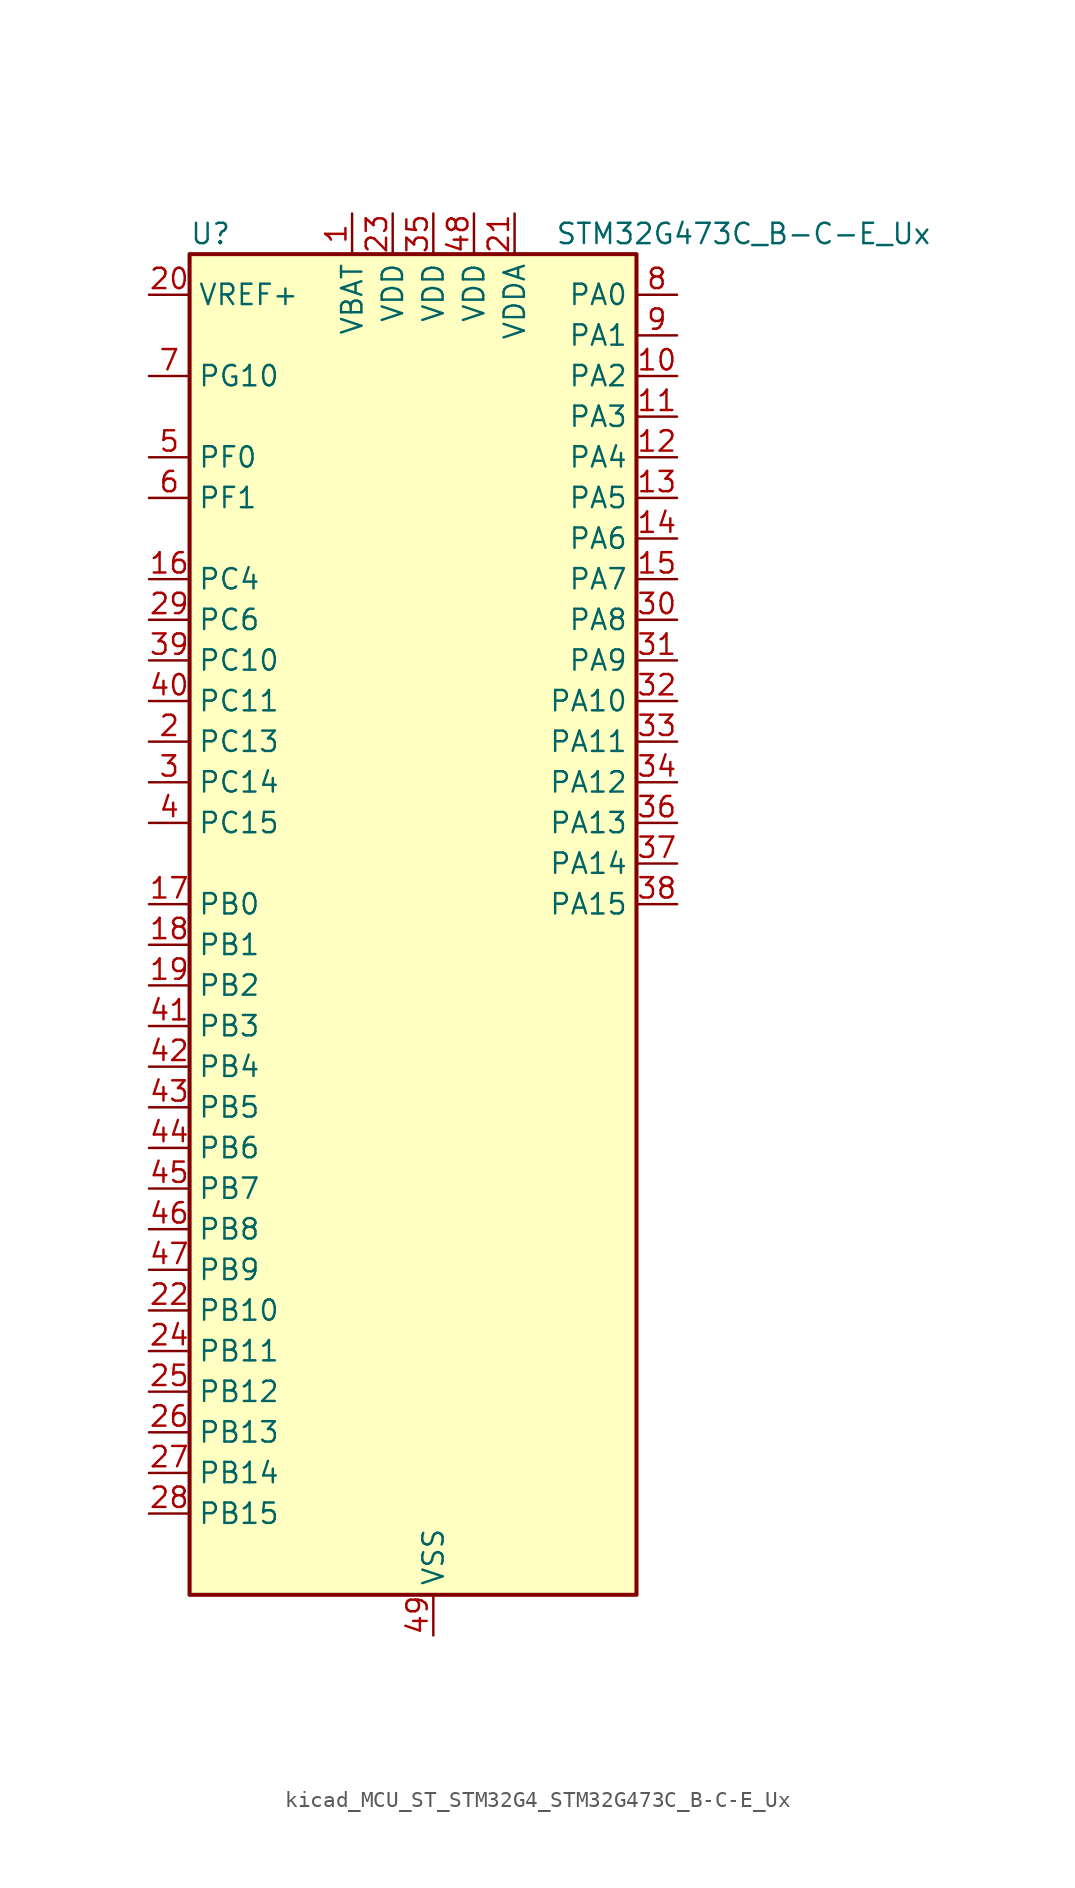
<source format=kicad_sym>
(kicad_symbol_lib
  (version 20220914)
  (generator kicad_symbol_editor)
  (symbol "kicad_MCU_ST_STM32G4_STM32G473C_B-C-E_Ux"
    (property "Reference" "U"
      (at -12.7 44.45 0)
      (effects (font (size 1.27 1.27)) (justify left)))
    (property "Value" "STM32G473C_B-C-E_Ux"
      (at 10.16 44.45 0)
      (effects (font (size 1.27 1.27)) (justify left)))
    (property "ki_locked" ""
      (at 0 0 0)
      (effects (font (size 1.27 1.27))))
    (symbol "kicad_MCU_ST_STM32G4_STM32G473C_B-C-E_Ux_0_1"
      (rectangle (start -12.7 -40.64) (end 15.24 43.18) (stroke (width 0.254) (type default)) (fill (type background))))
    (symbol "kicad_MCU_ST_STM32G4_STM32G473C_B-C-E_Ux_1_1"
      (pin power_in line (at -2.54 45.72 270) (length 2.54) (name "VBAT" (effects (font (size 1.27 1.27)))) (number "1" (effects (font (size 1.27 1.27)))))
      (pin bidirectional line (at 17.78 35.56 180) (length 2.54) (name "PA2" (effects (font (size 1.27 1.27)))) (number "10" (effects (font (size 1.27 1.27)))) (alternate "ADC1_IN3" bidirectional line) (alternate "ADC3_EXTI2" bidirectional line) (alternate "ADC4_EXTI2" bidirectional line) (alternate "ADC5_EXTI2" bidirectional line) (alternate "COMP2_INM" bidirectional line) (alternate "COMP2_OUT" bidirectional line) (alternate "LPUART1_TX" bidirectional line) (alternate "OPAMP1_VOUT" bidirectional line) (alternate "QUADSPI1_BK1_NCS" bidirectional line) (alternate "RCC_LSCO" bidirectional line) (alternate "SYS_WKUP4" bidirectional line) (alternate "TIM15_CH1" bidirectional line) (alternate "TIM2_CH3" bidirectional line) (alternate "TIM5_CH3" bidirectional line) (alternate "UCPD1_FRSTX1" bidirectional line) (alternate "UCPD1_FRSTX2" bidirectional line) (alternate "USART2_TX" bidirectional line))
      (pin bidirectional line (at 17.78 33.02 180) (length 2.54) (name "PA3" (effects (font (size 1.27 1.27)))) (number "11" (effects (font (size 1.27 1.27)))) (alternate "ADC1_IN4" bidirectional line) (alternate "ADC3_EXTI3" bidirectional line) (alternate "ADC4_EXTI3" bidirectional line) (alternate "ADC5_EXTI3" bidirectional line) (alternate "COMP2_INP" bidirectional line) (alternate "LPUART1_RX" bidirectional line) (alternate "OPAMP1_VINM" bidirectional line) (alternate "OPAMP1_VINM0" bidirectional line) (alternate "OPAMP1_VINM_SEC" bidirectional line) (alternate "OPAMP1_VINP" bidirectional line) (alternate "OPAMP1_VINP_SEC" bidirectional line) (alternate "OPAMP5_VINM" bidirectional line) (alternate "OPAMP5_VINM1" bidirectional line) (alternate "OPAMP5_VINM_SEC" bidirectional line) (alternate "QUADSPI1_CLK" bidirectional line) (alternate "SAI1_CK1" bidirectional line) (alternate "SAI1_MCLK_A" bidirectional line) (alternate "TIM15_CH2" bidirectional line) (alternate "TIM2_CH4" bidirectional line) (alternate "TIM5_CH4" bidirectional line) (alternate "USART2_RX" bidirectional line))
      (pin bidirectional line (at 17.78 30.48 180) (length 2.54) (name "PA4" (effects (font (size 1.27 1.27)))) (number "12" (effects (font (size 1.27 1.27)))) (alternate "ADC2_IN17" bidirectional line) (alternate "COMP1_INM" bidirectional line) (alternate "DAC1_OUT1" bidirectional line) (alternate "I2S3_WS" bidirectional line) (alternate "SAI1_FS_B" bidirectional line) (alternate "SPI1_NSS" bidirectional line) (alternate "SPI3_NSS" bidirectional line) (alternate "TIM3_CH2" bidirectional line) (alternate "USART2_CK" bidirectional line))
      (pin bidirectional line (at 17.78 27.94 180) (length 2.54) (name "PA5" (effects (font (size 1.27 1.27)))) (number "13" (effects (font (size 1.27 1.27)))) (alternate "ADC2_IN13" bidirectional line) (alternate "COMP2_INM" bidirectional line) (alternate "DAC1_OUT2" bidirectional line) (alternate "OPAMP2_VINM" bidirectional line) (alternate "OPAMP2_VINM0" bidirectional line) (alternate "OPAMP2_VINM_SEC" bidirectional line) (alternate "SPI1_SCK" bidirectional line) (alternate "TIM2_CH1" bidirectional line) (alternate "TIM2_ETR" bidirectional line) (alternate "UCPD1_FRSTX1" bidirectional line) (alternate "UCPD1_FRSTX2" bidirectional line))
      (pin bidirectional line (at 17.78 25.4 180) (length 2.54) (name "PA6" (effects (font (size 1.27 1.27)))) (number "14" (effects (font (size 1.27 1.27)))) (alternate "ADC2_IN3" bidirectional line) (alternate "COMP1_OUT" bidirectional line) (alternate "DAC2_OUT1" bidirectional line) (alternate "LPUART1_CTS" bidirectional line) (alternate "OPAMP2_VOUT" bidirectional line) (alternate "QUADSPI1_BK1_IO3" bidirectional line) (alternate "SPI1_MISO" bidirectional line) (alternate "TIM16_CH1" bidirectional line) (alternate "TIM1_BKIN" bidirectional line) (alternate "TIM3_CH1" bidirectional line) (alternate "TIM8_BKIN" bidirectional line))
      (pin bidirectional line (at 17.78 22.86 180) (length 2.54) (name "PA7" (effects (font (size 1.27 1.27)))) (number "15" (effects (font (size 1.27 1.27)))) (alternate "ADC2_IN4" bidirectional line) (alternate "COMP2_INP" bidirectional line) (alternate "COMP2_OUT" bidirectional line) (alternate "OPAMP1_VINP" bidirectional line) (alternate "OPAMP1_VINP_SEC" bidirectional line) (alternate "OPAMP2_VINP" bidirectional line) (alternate "OPAMP2_VINP_SEC" bidirectional line) (alternate "QUADSPI1_BK1_IO2" bidirectional line) (alternate "SPI1_MOSI" bidirectional line) (alternate "TIM17_CH1" bidirectional line) (alternate "TIM1_CH1N" bidirectional line) (alternate "TIM3_CH2" bidirectional line) (alternate "TIM8_CH1N" bidirectional line) (alternate "UCPD1_FRSTX1" bidirectional line) (alternate "UCPD1_FRSTX2" bidirectional line))
      (pin bidirectional line (at -15.24 22.86 0) (length 2.54) (name "PC4" (effects (font (size 1.27 1.27)))) (number "16" (effects (font (size 1.27 1.27)))) (alternate "ADC2_IN5" bidirectional line) (alternate "I2C2_SCL" bidirectional line) (alternate "QUADSPI1_BK2_IO3" bidirectional line) (alternate "TIM1_ETR" bidirectional line) (alternate "USART1_TX" bidirectional line))
      (pin bidirectional line (at -15.24 2.54 0) (length 2.54) (name "PB0" (effects (font (size 1.27 1.27)))) (number "17" (effects (font (size 1.27 1.27)))) (alternate "ADC1_IN15" bidirectional line) (alternate "ADC3_IN12" bidirectional line) (alternate "COMP4_INP" bidirectional line) (alternate "OPAMP2_VINP" bidirectional line) (alternate "OPAMP2_VINP_SEC" bidirectional line) (alternate "OPAMP3_VINP" bidirectional line) (alternate "OPAMP3_VINP_SEC" bidirectional line) (alternate "QUADSPI1_BK1_IO1" bidirectional line) (alternate "TIM1_CH2N" bidirectional line) (alternate "TIM3_CH3" bidirectional line) (alternate "TIM8_CH2N" bidirectional line) (alternate "UCPD1_FRSTX1" bidirectional line) (alternate "UCPD1_FRSTX2" bidirectional line))
      (pin bidirectional line (at -15.24 0 0) (length 2.54) (name "PB1" (effects (font (size 1.27 1.27)))) (number "18" (effects (font (size 1.27 1.27)))) (alternate "ADC1_IN12" bidirectional line) (alternate "ADC3_IN1" bidirectional line) (alternate "COMP1_INP" bidirectional line) (alternate "COMP4_OUT" bidirectional line) (alternate "LPUART1_DE" bidirectional line) (alternate "LPUART1_RTS" bidirectional line) (alternate "OPAMP3_VOUT" bidirectional line) (alternate "OPAMP6_VINM" bidirectional line) (alternate "OPAMP6_VINM1" bidirectional line) (alternate "OPAMP6_VINM_SEC" bidirectional line) (alternate "QUADSPI1_BK1_IO0" bidirectional line) (alternate "TIM1_CH3N" bidirectional line) (alternate "TIM3_CH4" bidirectional line) (alternate "TIM8_CH3N" bidirectional line))
      (pin bidirectional line (at -15.24 -2.54 0) (length 2.54) (name "PB2" (effects (font (size 1.27 1.27)))) (number "19" (effects (font (size 1.27 1.27)))) (alternate "ADC2_IN12" bidirectional line) (alternate "ADC3_EXTI2" bidirectional line) (alternate "ADC4_EXTI2" bidirectional line) (alternate "ADC5_EXTI2" bidirectional line) (alternate "COMP4_INM" bidirectional line) (alternate "I2C3_SMBA" bidirectional line) (alternate "LPTIM1_OUT" bidirectional line) (alternate "OPAMP3_VINM" bidirectional line) (alternate "OPAMP3_VINM0" bidirectional line) (alternate "OPAMP3_VINM_SEC" bidirectional line) (alternate "QUADSPI1_BK2_IO1" bidirectional line) (alternate "RTC_OUT2" bidirectional line) (alternate "TIM20_CH1" bidirectional line) (alternate "TIM5_CH1" bidirectional line))
      (pin bidirectional line (at -15.24 12.7 0) (length 2.54) (name "PC13" (effects (font (size 1.27 1.27)))) (number "2" (effects (font (size 1.27 1.27)))) (alternate "RTC_OUT1" bidirectional line) (alternate "RTC_TAMP1" bidirectional line) (alternate "RTC_TS" bidirectional line) (alternate "SYS_WKUP2" bidirectional line) (alternate "TIM1_BKIN" bidirectional line) (alternate "TIM1_CH1N" bidirectional line) (alternate "TIM8_CH4N" bidirectional line))
      (pin input line (at -15.24 40.64 0) (length 2.54) (name "VREF+" (effects (font (size 1.27 1.27)))) (number "20" (effects (font (size 1.27 1.27)))) (alternate "VREFBUF_OUT" bidirectional line))
      (pin power_in line (at 7.62 45.72 270) (length 2.54) (name "VDDA" (effects (font (size 1.27 1.27)))) (number "21" (effects (font (size 1.27 1.27)))))
      (pin bidirectional line (at -15.24 -22.86 0) (length 2.54) (name "PB10" (effects (font (size 1.27 1.27)))) (number "22" (effects (font (size 1.27 1.27)))) (alternate "COMP5_INM" bidirectional line) (alternate "DAC1_EXTI10" bidirectional line) (alternate "DAC2_EXTI10" bidirectional line) (alternate "DAC3_EXTI10" bidirectional line) (alternate "DAC4_EXTI10" bidirectional line) (alternate "LPUART1_RX" bidirectional line) (alternate "OPAMP3_VINM" bidirectional line) (alternate "OPAMP3_VINM1" bidirectional line) (alternate "OPAMP3_VINM_SEC" bidirectional line) (alternate "OPAMP4_VINM" bidirectional line) (alternate "OPAMP4_VINM0" bidirectional line) (alternate "OPAMP4_VINM_SEC" bidirectional line) (alternate "QUADSPI1_CLK" bidirectional line) (alternate "SAI1_SCK_A" bidirectional line) (alternate "TIM1_BKIN" bidirectional line) (alternate "TIM2_CH3" bidirectional line) (alternate "USART3_TX" bidirectional line))
      (pin power_in line (at 0 45.72 270) (length 2.54) (name "VDD" (effects (font (size 1.27 1.27)))) (number "23" (effects (font (size 1.27 1.27)))))
      (pin bidirectional line (at -15.24 -25.4 0) (length 2.54) (name "PB11" (effects (font (size 1.27 1.27)))) (number "24" (effects (font (size 1.27 1.27)))) (alternate "ADC1_EXTI11" bidirectional line) (alternate "ADC1_IN14" bidirectional line) (alternate "ADC2_EXTI11" bidirectional line) (alternate "ADC2_IN14" bidirectional line) (alternate "COMP6_INP" bidirectional line) (alternate "LPUART1_TX" bidirectional line) (alternate "OPAMP4_VINP" bidirectional line) (alternate "OPAMP4_VINP_SEC" bidirectional line) (alternate "OPAMP6_VOUT" bidirectional line) (alternate "QUADSPI1_BK1_NCS" bidirectional line) (alternate "TIM2_CH4" bidirectional line) (alternate "USART3_RX" bidirectional line))
      (pin bidirectional line (at -15.24 -27.94 0) (length 2.54) (name "PB12" (effects (font (size 1.27 1.27)))) (number "25" (effects (font (size 1.27 1.27)))) (alternate "ADC1_IN11" bidirectional line) (alternate "ADC4_IN3" bidirectional line) (alternate "COMP7_INM" bidirectional line) (alternate "FDCAN2_RX" bidirectional line) (alternate "I2C2_SMBA" bidirectional line) (alternate "I2S2_WS" bidirectional line) (alternate "LPUART1_DE" bidirectional line) (alternate "LPUART1_RTS" bidirectional line) (alternate "OPAMP4_VOUT" bidirectional line) (alternate "OPAMP6_VINP" bidirectional line) (alternate "OPAMP6_VINP_SEC" bidirectional line) (alternate "SPI2_NSS" bidirectional line) (alternate "TIM1_BKIN" bidirectional line) (alternate "TIM5_ETR" bidirectional line) (alternate "USART3_CK" bidirectional line))
      (pin bidirectional line (at -15.24 -30.48 0) (length 2.54) (name "PB13" (effects (font (size 1.27 1.27)))) (number "26" (effects (font (size 1.27 1.27)))) (alternate "ADC3_IN5" bidirectional line) (alternate "COMP5_INP" bidirectional line) (alternate "FDCAN2_TX" bidirectional line) (alternate "I2S2_CK" bidirectional line) (alternate "LPUART1_CTS" bidirectional line) (alternate "OPAMP3_VINP" bidirectional line) (alternate "OPAMP3_VINP_SEC" bidirectional line) (alternate "OPAMP4_VINP" bidirectional line) (alternate "OPAMP4_VINP_SEC" bidirectional line) (alternate "OPAMP6_VINP" bidirectional line) (alternate "OPAMP6_VINP_SEC" bidirectional line) (alternate "SPI2_SCK" bidirectional line) (alternate "TIM1_CH1N" bidirectional line) (alternate "USART3_CTS" bidirectional line) (alternate "USART3_NSS" bidirectional line))
      (pin bidirectional line (at -15.24 -33.02 0) (length 2.54) (name "PB14" (effects (font (size 1.27 1.27)))) (number "27" (effects (font (size 1.27 1.27)))) (alternate "ADC1_IN5" bidirectional line) (alternate "ADC4_IN4" bidirectional line) (alternate "COMP4_OUT" bidirectional line) (alternate "COMP7_INP" bidirectional line) (alternate "OPAMP2_VINP" bidirectional line) (alternate "OPAMP2_VINP_SEC" bidirectional line) (alternate "OPAMP5_VINP" bidirectional line) (alternate "OPAMP5_VINP_SEC" bidirectional line) (alternate "SPI2_MISO" bidirectional line) (alternate "TIM15_CH1" bidirectional line) (alternate "TIM1_CH2N" bidirectional line) (alternate "USART3_DE" bidirectional line) (alternate "USART3_RTS" bidirectional line))
      (pin bidirectional line (at -15.24 -35.56 0) (length 2.54) (name "PB15" (effects (font (size 1.27 1.27)))) (number "28" (effects (font (size 1.27 1.27)))) (alternate "ADC1_EXTI15" bidirectional line) (alternate "ADC2_EXTI15" bidirectional line) (alternate "ADC2_IN15" bidirectional line) (alternate "ADC4_IN5" bidirectional line) (alternate "COMP3_OUT" bidirectional line) (alternate "COMP6_INM" bidirectional line) (alternate "I2S2_SD" bidirectional line) (alternate "OPAMP5_VINM" bidirectional line) (alternate "OPAMP5_VINM0" bidirectional line) (alternate "OPAMP5_VINM_SEC" bidirectional line) (alternate "RTC_REFIN" bidirectional line) (alternate "SPI2_MOSI" bidirectional line) (alternate "TIM15_CH1N" bidirectional line) (alternate "TIM15_CH2" bidirectional line) (alternate "TIM1_CH3N" bidirectional line))
      (pin bidirectional line (at -15.24 20.32 0) (length 2.54) (name "PC6" (effects (font (size 1.27 1.27)))) (number "29" (effects (font (size 1.27 1.27)))) (alternate "COMP6_OUT" bidirectional line) (alternate "I2C4_SCL" bidirectional line) (alternate "I2S2_MCK" bidirectional line) (alternate "TIM3_CH1" bidirectional line) (alternate "TIM8_CH1" bidirectional line))
      (pin bidirectional line (at -15.24 10.16 0) (length 2.54) (name "PC14" (effects (font (size 1.27 1.27)))) (number "3" (effects (font (size 1.27 1.27)))) (alternate "RCC_OSC32_IN" bidirectional line))
      (pin bidirectional line (at 17.78 20.32 180) (length 2.54) (name "PA8" (effects (font (size 1.27 1.27)))) (number "30" (effects (font (size 1.27 1.27)))) (alternate "ADC5_IN1" bidirectional line) (alternate "COMP7_OUT" bidirectional line) (alternate "FDCAN3_RX" bidirectional line) (alternate "I2C2_SDA" bidirectional line) (alternate "I2C3_SCL" bidirectional line) (alternate "I2S2_MCK" bidirectional line) (alternate "OPAMP5_VOUT" bidirectional line) (alternate "RCC_MCO" bidirectional line) (alternate "SAI1_CK2" bidirectional line) (alternate "SAI1_SCK_A" bidirectional line) (alternate "TIM1_CH1" bidirectional line) (alternate "TIM4_ETR" bidirectional line) (alternate "USART1_CK" bidirectional line))
      (pin bidirectional line (at 17.78 17.78 180) (length 2.54) (name "PA9" (effects (font (size 1.27 1.27)))) (number "31" (effects (font (size 1.27 1.27)))) (alternate "ADC5_IN2" bidirectional line) (alternate "COMP5_OUT" bidirectional line) (alternate "DAC1_EXTI9" bidirectional line) (alternate "DAC2_EXTI9" bidirectional line) (alternate "DAC3_EXTI9" bidirectional line) (alternate "DAC4_EXTI9" bidirectional line) (alternate "I2C2_SCL" bidirectional line) (alternate "I2C3_SMBA" bidirectional line) (alternate "I2S3_MCK" bidirectional line) (alternate "SAI1_FS_A" bidirectional line) (alternate "TIM15_BKIN" bidirectional line) (alternate "TIM1_CH2" bidirectional line) (alternate "TIM2_CH3" bidirectional line) (alternate "UCPD1_DBCC1" bidirectional line) (alternate "USART1_TX" bidirectional line))
      (pin bidirectional line (at 17.78 15.24 180) (length 2.54) (name "PA10" (effects (font (size 1.27 1.27)))) (number "32" (effects (font (size 1.27 1.27)))) (alternate "COMP6_OUT" bidirectional line) (alternate "CRS_SYNC" bidirectional line) (alternate "DAC1_EXTI10" bidirectional line) (alternate "DAC2_EXTI10" bidirectional line) (alternate "DAC3_EXTI10" bidirectional line) (alternate "DAC4_EXTI10" bidirectional line) (alternate "I2C2_SMBA" bidirectional line) (alternate "SAI1_D1" bidirectional line) (alternate "SAI1_SD_A" bidirectional line) (alternate "SPI2_MISO" bidirectional line) (alternate "TIM17_BKIN" bidirectional line) (alternate "TIM1_CH3" bidirectional line) (alternate "TIM2_CH4" bidirectional line) (alternate "TIM8_BKIN" bidirectional line) (alternate "UCPD1_DBCC2" bidirectional line) (alternate "USART1_RX" bidirectional line))
      (pin bidirectional line (at 17.78 12.7 180) (length 2.54) (name "PA11" (effects (font (size 1.27 1.27)))) (number "33" (effects (font (size 1.27 1.27)))) (alternate "ADC1_EXTI11" bidirectional line) (alternate "ADC2_EXTI11" bidirectional line) (alternate "COMP1_OUT" bidirectional line) (alternate "FDCAN1_RX" bidirectional line) (alternate "I2S2_SD" bidirectional line) (alternate "SPI2_MOSI" bidirectional line) (alternate "TIM1_BKIN2" bidirectional line) (alternate "TIM1_CH1N" bidirectional line) (alternate "TIM1_CH4" bidirectional line) (alternate "TIM4_CH1" bidirectional line) (alternate "USART1_CTS" bidirectional line) (alternate "USART1_NSS" bidirectional line) (alternate "USB_DM" bidirectional line))
      (pin bidirectional line (at 17.78 10.16 180) (length 2.54) (name "PA12" (effects (font (size 1.27 1.27)))) (number "34" (effects (font (size 1.27 1.27)))) (alternate "COMP2_OUT" bidirectional line) (alternate "FDCAN1_TX" bidirectional line) (alternate "I2S_CKIN" bidirectional line) (alternate "TIM16_CH1" bidirectional line) (alternate "TIM1_CH2N" bidirectional line) (alternate "TIM1_ETR" bidirectional line) (alternate "TIM4_CH2" bidirectional line) (alternate "USART1_DE" bidirectional line) (alternate "USART1_RTS" bidirectional line) (alternate "USB_DP" bidirectional line))
      (pin power_in line (at 2.54 45.72 270) (length 2.54) (name "VDD" (effects (font (size 1.27 1.27)))) (number "35" (effects (font (size 1.27 1.27)))))
      (pin bidirectional line (at 17.78 7.62 180) (length 2.54) (name "PA13" (effects (font (size 1.27 1.27)))) (number "36" (effects (font (size 1.27 1.27)))) (alternate "I2C1_SCL" bidirectional line) (alternate "I2C4_SCL" bidirectional line) (alternate "IR_OUT" bidirectional line) (alternate "SAI1_SD_B" bidirectional line) (alternate "SYS_JTMS-SWDIO" bidirectional line) (alternate "TIM16_CH1N" bidirectional line) (alternate "TIM4_CH3" bidirectional line) (alternate "USART3_CTS" bidirectional line) (alternate "USART3_NSS" bidirectional line))
      (pin bidirectional line (at 17.78 5.08 180) (length 2.54) (name "PA14" (effects (font (size 1.27 1.27)))) (number "37" (effects (font (size 1.27 1.27)))) (alternate "I2C1_SDA" bidirectional line) (alternate "I2C4_SMBA" bidirectional line) (alternate "LPTIM1_OUT" bidirectional line) (alternate "SAI1_FS_B" bidirectional line) (alternate "SYS_JTCK-SWCLK" bidirectional line) (alternate "TIM1_BKIN" bidirectional line) (alternate "TIM8_CH2" bidirectional line) (alternate "USART2_TX" bidirectional line))
      (pin bidirectional line (at 17.78 2.54 180) (length 2.54) (name "PA15" (effects (font (size 1.27 1.27)))) (number "38" (effects (font (size 1.27 1.27)))) (alternate "ADC1_EXTI15" bidirectional line) (alternate "ADC2_EXTI15" bidirectional line) (alternate "FDCAN3_TX" bidirectional line) (alternate "I2C1_SCL" bidirectional line) (alternate "I2S3_WS" bidirectional line) (alternate "SPI1_NSS" bidirectional line) (alternate "SPI3_NSS" bidirectional line) (alternate "SYS_JTDI" bidirectional line) (alternate "TIM1_BKIN" bidirectional line) (alternate "TIM2_CH1" bidirectional line) (alternate "TIM2_ETR" bidirectional line) (alternate "TIM8_CH1" bidirectional line) (alternate "UART4_DE" bidirectional line) (alternate "UART4_RTS" bidirectional line) (alternate "USART2_RX" bidirectional line))
      (pin bidirectional line (at -15.24 17.78 0) (length 2.54) (name "PC10" (effects (font (size 1.27 1.27)))) (number "39" (effects (font (size 1.27 1.27)))) (alternate "DAC1_EXTI10" bidirectional line) (alternate "DAC2_EXTI10" bidirectional line) (alternate "DAC3_EXTI10" bidirectional line) (alternate "DAC4_EXTI10" bidirectional line) (alternate "I2S3_CK" bidirectional line) (alternate "SPI3_SCK" bidirectional line) (alternate "TIM8_CH1N" bidirectional line) (alternate "UART4_TX" bidirectional line) (alternate "USART3_TX" bidirectional line))
      (pin bidirectional line (at -15.24 7.62 0) (length 2.54) (name "PC15" (effects (font (size 1.27 1.27)))) (number "4" (effects (font (size 1.27 1.27)))) (alternate "ADC1_EXTI15" bidirectional line) (alternate "ADC2_EXTI15" bidirectional line) (alternate "RCC_OSC32_OUT" bidirectional line))
      (pin bidirectional line (at -15.24 15.24 0) (length 2.54) (name "PC11" (effects (font (size 1.27 1.27)))) (number "40" (effects (font (size 1.27 1.27)))) (alternate "ADC1_EXTI11" bidirectional line) (alternate "ADC2_EXTI11" bidirectional line) (alternate "I2C3_SDA" bidirectional line) (alternate "SPI3_MISO" bidirectional line) (alternate "TIM8_CH2N" bidirectional line) (alternate "UART4_RX" bidirectional line) (alternate "USART3_RX" bidirectional line))
      (pin bidirectional line (at -15.24 -5.08 0) (length 2.54) (name "PB3" (effects (font (size 1.27 1.27)))) (number "41" (effects (font (size 1.27 1.27)))) (alternate "ADC3_EXTI3" bidirectional line) (alternate "ADC4_EXTI3" bidirectional line) (alternate "ADC5_EXTI3" bidirectional line) (alternate "CRS_SYNC" bidirectional line) (alternate "FDCAN3_RX" bidirectional line) (alternate "I2S3_CK" bidirectional line) (alternate "SAI1_SCK_B" bidirectional line) (alternate "SPI1_SCK" bidirectional line) (alternate "SPI3_SCK" bidirectional line) (alternate "SYS_JTDO-SWO" bidirectional line) (alternate "TIM2_CH2" bidirectional line) (alternate "TIM3_ETR" bidirectional line) (alternate "TIM4_ETR" bidirectional line) (alternate "TIM8_CH1N" bidirectional line) (alternate "USART2_TX" bidirectional line))
      (pin bidirectional line (at -15.24 -7.62 0) (length 2.54) (name "PB4" (effects (font (size 1.27 1.27)))) (number "42" (effects (font (size 1.27 1.27)))) (alternate "FDCAN3_TX" bidirectional line) (alternate "SAI1_MCLK_B" bidirectional line) (alternate "SPI1_MISO" bidirectional line) (alternate "SPI3_MISO" bidirectional line) (alternate "SYS_JTRST" bidirectional line) (alternate "TIM16_CH1" bidirectional line) (alternate "TIM17_BKIN" bidirectional line) (alternate "TIM3_CH1" bidirectional line) (alternate "TIM8_CH2N" bidirectional line) (alternate "UCPD1_CC2" bidirectional line) (alternate "USART2_RX" bidirectional line))
      (pin bidirectional line (at -15.24 -10.16 0) (length 2.54) (name "PB5" (effects (font (size 1.27 1.27)))) (number "43" (effects (font (size 1.27 1.27)))) (alternate "FDCAN2_RX" bidirectional line) (alternate "I2C1_SMBA" bidirectional line) (alternate "I2C3_SDA" bidirectional line) (alternate "I2S3_SD" bidirectional line) (alternate "LPTIM1_IN1" bidirectional line) (alternate "SAI1_SD_B" bidirectional line) (alternate "SPI1_MOSI" bidirectional line) (alternate "SPI3_MOSI" bidirectional line) (alternate "TIM16_BKIN" bidirectional line) (alternate "TIM17_CH1" bidirectional line) (alternate "TIM3_CH2" bidirectional line) (alternate "TIM8_CH3N" bidirectional line) (alternate "USART2_CK" bidirectional line))
      (pin bidirectional line (at -15.24 -12.7 0) (length 2.54) (name "PB6" (effects (font (size 1.27 1.27)))) (number "44" (effects (font (size 1.27 1.27)))) (alternate "COMP4_OUT" bidirectional line) (alternate "FDCAN2_TX" bidirectional line) (alternate "LPTIM1_ETR" bidirectional line) (alternate "SAI1_FS_B" bidirectional line) (alternate "TIM16_CH1N" bidirectional line) (alternate "TIM4_CH1" bidirectional line) (alternate "TIM8_BKIN2" bidirectional line) (alternate "TIM8_CH1" bidirectional line) (alternate "TIM8_ETR" bidirectional line) (alternate "UCPD1_CC1" bidirectional line) (alternate "USART1_TX" bidirectional line))
      (pin bidirectional line (at -15.24 -15.24 0) (length 2.54) (name "PB7" (effects (font (size 1.27 1.27)))) (number "45" (effects (font (size 1.27 1.27)))) (alternate "COMP3_OUT" bidirectional line) (alternate "I2C1_SDA" bidirectional line) (alternate "I2C4_SDA" bidirectional line) (alternate "LPTIM1_IN2" bidirectional line) (alternate "SYS_PVD_IN" bidirectional line) (alternate "TIM17_CH1N" bidirectional line) (alternate "TIM3_CH4" bidirectional line) (alternate "TIM4_CH2" bidirectional line) (alternate "TIM8_BKIN" bidirectional line) (alternate "UART4_CTS" bidirectional line) (alternate "USART1_RX" bidirectional line))
      (pin bidirectional line (at -15.24 -17.78 0) (length 2.54) (name "PB8" (effects (font (size 1.27 1.27)))) (number "46" (effects (font (size 1.27 1.27)))) (alternate "COMP1_OUT" bidirectional line) (alternate "FDCAN1_RX" bidirectional line) (alternate "I2C1_SCL" bidirectional line) (alternate "SAI1_CK1" bidirectional line) (alternate "SAI1_MCLK_A" bidirectional line) (alternate "TIM16_CH1" bidirectional line) (alternate "TIM1_BKIN" bidirectional line) (alternate "TIM4_CH3" bidirectional line) (alternate "TIM8_CH2" bidirectional line) (alternate "USART3_RX" bidirectional line))
      (pin bidirectional line (at -15.24 -20.32 0) (length 2.54) (name "PB9" (effects (font (size 1.27 1.27)))) (number "47" (effects (font (size 1.27 1.27)))) (alternate "COMP2_OUT" bidirectional line) (alternate "DAC1_EXTI9" bidirectional line) (alternate "DAC2_EXTI9" bidirectional line) (alternate "DAC3_EXTI9" bidirectional line) (alternate "DAC4_EXTI9" bidirectional line) (alternate "FDCAN1_TX" bidirectional line) (alternate "I2C1_SDA" bidirectional line) (alternate "IR_OUT" bidirectional line) (alternate "SAI1_D2" bidirectional line) (alternate "SAI1_FS_A" bidirectional line) (alternate "TIM17_CH1" bidirectional line) (alternate "TIM1_CH3N" bidirectional line) (alternate "TIM4_CH4" bidirectional line) (alternate "TIM8_CH3" bidirectional line) (alternate "USART3_TX" bidirectional line))
      (pin power_in line (at 5.08 45.72 270) (length 2.54) (name "VDD" (effects (font (size 1.27 1.27)))) (number "48" (effects (font (size 1.27 1.27)))))
      (pin power_in line (at 2.54 -43.18 90) (length 2.54) (name "VSS" (effects (font (size 1.27 1.27)))) (number "49" (effects (font (size 1.27 1.27)))))
      (pin bidirectional line (at -15.24 30.48 0) (length 2.54) (name "PF0" (effects (font (size 1.27 1.27)))) (number "5" (effects (font (size 1.27 1.27)))) (alternate "ADC1_IN10" bidirectional line) (alternate "I2C2_SDA" bidirectional line) (alternate "I2S2_WS" bidirectional line) (alternate "RCC_OSC_IN" bidirectional line) (alternate "SPI2_NSS" bidirectional line) (alternate "TIM1_CH3N" bidirectional line))
      (pin bidirectional line (at -15.24 27.94 0) (length 2.54) (name "PF1" (effects (font (size 1.27 1.27)))) (number "6" (effects (font (size 1.27 1.27)))) (alternate "ADC2_IN10" bidirectional line) (alternate "COMP3_INM" bidirectional line) (alternate "I2S2_CK" bidirectional line) (alternate "RCC_OSC_OUT" bidirectional line) (alternate "SPI2_SCK" bidirectional line))
      (pin bidirectional line (at -15.24 35.56 0) (length 2.54) (name "PG10" (effects (font (size 1.27 1.27)))) (number "7" (effects (font (size 1.27 1.27)))) (alternate "DAC1_EXTI10" bidirectional line) (alternate "DAC2_EXTI10" bidirectional line) (alternate "DAC3_EXTI10" bidirectional line) (alternate "DAC4_EXTI10" bidirectional line) (alternate "RCC_MCO" bidirectional line))
      (pin bidirectional line (at 17.78 40.64 180) (length 2.54) (name "PA0" (effects (font (size 1.27 1.27)))) (number "8" (effects (font (size 1.27 1.27)))) (alternate "ADC1_IN1" bidirectional line) (alternate "ADC2_IN1" bidirectional line) (alternate "COMP1_INM" bidirectional line) (alternate "COMP1_OUT" bidirectional line) (alternate "COMP3_INP" bidirectional line) (alternate "RTC_TAMP2" bidirectional line) (alternate "SYS_WKUP1" bidirectional line) (alternate "TIM2_CH1" bidirectional line) (alternate "TIM2_ETR" bidirectional line) (alternate "TIM5_CH1" bidirectional line) (alternate "TIM8_BKIN" bidirectional line) (alternate "TIM8_ETR" bidirectional line) (alternate "USART2_CTS" bidirectional line) (alternate "USART2_NSS" bidirectional line))
      (pin bidirectional line (at 17.78 38.1 180) (length 2.54) (name "PA1" (effects (font (size 1.27 1.27)))) (number "9" (effects (font (size 1.27 1.27)))) (alternate "ADC1_IN2" bidirectional line) (alternate "ADC2_IN2" bidirectional line) (alternate "COMP1_INP" bidirectional line) (alternate "OPAMP1_VINP" bidirectional line) (alternate "OPAMP1_VINP_SEC" bidirectional line) (alternate "OPAMP3_VINP" bidirectional line) (alternate "OPAMP3_VINP_SEC" bidirectional line) (alternate "OPAMP6_VINM" bidirectional line) (alternate "OPAMP6_VINM0" bidirectional line) (alternate "OPAMP6_VINM_SEC" bidirectional line) (alternate "RTC_REFIN" bidirectional line) (alternate "TIM15_CH1N" bidirectional line) (alternate "TIM2_CH2" bidirectional line) (alternate "TIM5_CH2" bidirectional line) (alternate "USART2_DE" bidirectional line) (alternate "USART2_RTS" bidirectional line)))))
</source>
